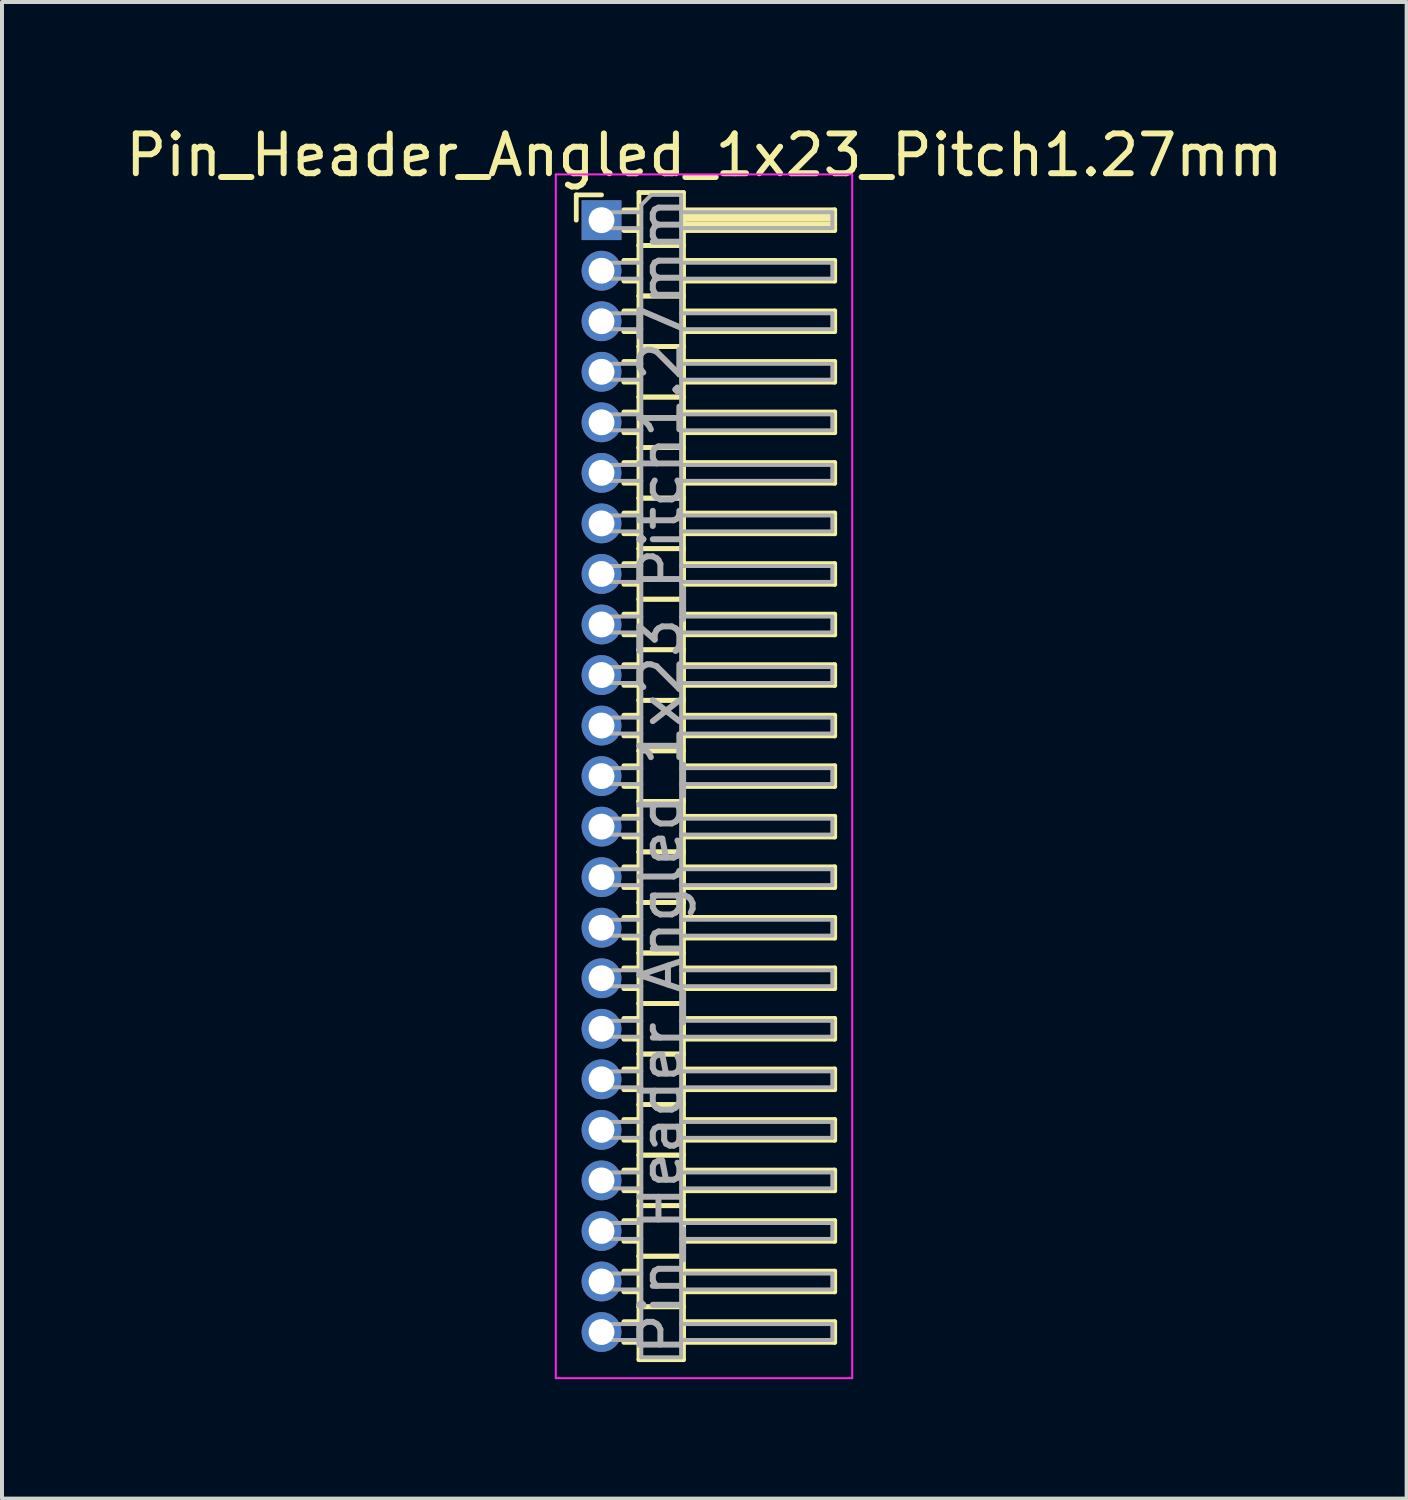
<source format=kicad_pcb>
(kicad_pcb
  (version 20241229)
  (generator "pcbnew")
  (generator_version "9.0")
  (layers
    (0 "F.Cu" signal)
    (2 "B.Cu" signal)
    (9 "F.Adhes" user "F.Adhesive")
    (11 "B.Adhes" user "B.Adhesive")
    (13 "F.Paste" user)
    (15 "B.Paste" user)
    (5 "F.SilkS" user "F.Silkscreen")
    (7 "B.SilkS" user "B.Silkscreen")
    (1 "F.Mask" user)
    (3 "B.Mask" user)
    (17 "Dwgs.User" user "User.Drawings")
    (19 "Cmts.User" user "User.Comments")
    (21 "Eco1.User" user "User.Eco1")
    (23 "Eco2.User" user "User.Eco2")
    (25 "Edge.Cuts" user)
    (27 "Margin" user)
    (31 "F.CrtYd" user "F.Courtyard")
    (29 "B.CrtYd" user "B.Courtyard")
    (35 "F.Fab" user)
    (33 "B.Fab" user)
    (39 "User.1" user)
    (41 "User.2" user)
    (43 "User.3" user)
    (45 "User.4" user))
  (footprint "Pin_Header_Angled_1x23_Pitch1.27mm"
    (layer "F.Cu")
    (at 12.066 2.483)
    (property "Reference" "Pin_Header_Angled_1x23_Pitch1.27mm" (at 2.583 -1.635 0) (layer "F.SilkS") (effects (font (size 1 1) (thickness 0.15))))
    (attr through_hole)
    (fp_line (start -0.635 -0.635) (end 0 -0.635) (stroke (width 0.12) (type solid)) (layer "F.SilkS"))
    (fp_line (start -0.635 0) (end -0.635 -0.635) (stroke (width 0.12) (type solid)) (layer "F.SilkS"))
    (fp_line (start 0.56 -0.26) (end 0.94 -0.26) (stroke (width 0.12) (type solid)) (layer "F.SilkS"))
    (fp_line (start 0.56 0.26) (end 0.94 0.26) (stroke (width 0.12) (type solid)) (layer "F.SilkS"))
    (fp_line (start 0.56 1.01) (end 0.94 1.01) (stroke (width 0.12) (type solid)) (layer "F.SilkS"))
    (fp_line (start 0.56 1.53) (end 0.94 1.53) (stroke (width 0.12) (type solid)) (layer "F.SilkS"))
    (fp_line (start 0.56 2.28) (end 0.94 2.28) (stroke (width 0.12) (type solid)) (layer "F.SilkS"))
    (fp_line (start 0.56 2.8) (end 0.94 2.8) (stroke (width 0.12) (type solid)) (layer "F.SilkS"))
    (fp_line (start 0.56 3.55) (end 0.94 3.55) (stroke (width 0.12) (type solid)) (layer "F.SilkS"))
    (fp_line (start 0.56 4.07) (end 0.94 4.07) (stroke (width 0.12) (type solid)) (layer "F.SilkS"))
    (fp_line (start 0.56 4.82) (end 0.94 4.82) (stroke (width 0.12) (type solid)) (layer "F.SilkS"))
    (fp_line (start 0.56 5.34) (end 0.94 5.34) (stroke (width 0.12) (type solid)) (layer "F.SilkS"))
    (fp_line (start 0.56 6.09) (end 0.94 6.09) (stroke (width 0.12) (type solid)) (layer "F.SilkS"))
    (fp_line (start 0.56 6.61) (end 0.94 6.61) (stroke (width 0.12) (type solid)) (layer "F.SilkS"))
    (fp_line (start 0.56 7.36) (end 0.94 7.36) (stroke (width 0.12) (type solid)) (layer "F.SilkS"))
    (fp_line (start 0.56 7.88) (end 0.94 7.88) (stroke (width 0.12) (type solid)) (layer "F.SilkS"))
    (fp_line (start 0.56 8.63) (end 0.94 8.63) (stroke (width 0.12) (type solid)) (layer "F.SilkS"))
    (fp_line (start 0.56 9.15) (end 0.94 9.15) (stroke (width 0.12) (type solid)) (layer "F.SilkS"))
    (fp_line (start 0.56 9.9) (end 0.94 9.9) (stroke (width 0.12) (type solid)) (layer "F.SilkS"))
    (fp_line (start 0.56 10.42) (end 0.94 10.42) (stroke (width 0.12) (type solid)) (layer "F.SilkS"))
    (fp_line (start 0.56 11.17) (end 0.94 11.17) (stroke (width 0.12) (type solid)) (layer "F.SilkS"))
    (fp_line (start 0.56 11.69) (end 0.94 11.69) (stroke (width 0.12) (type solid)) (layer "F.SilkS"))
    (fp_line (start 0.56 12.44) (end 0.94 12.44) (stroke (width 0.12) (type solid)) (layer "F.SilkS"))
    (fp_line (start 0.56 12.96) (end 0.94 12.96) (stroke (width 0.12) (type solid)) (layer "F.SilkS"))
    (fp_line (start 0.56 13.71) (end 0.94 13.71) (stroke (width 0.12) (type solid)) (layer "F.SilkS"))
    (fp_line (start 0.56 14.23) (end 0.94 14.23) (stroke (width 0.12) (type solid)) (layer "F.SilkS"))
    (fp_line (start 0.56 14.98) (end 0.94 14.98) (stroke (width 0.12) (type solid)) (layer "F.SilkS"))
    (fp_line (start 0.56 15.5) (end 0.94 15.5) (stroke (width 0.12) (type solid)) (layer "F.SilkS"))
    (fp_line (start 0.56 16.25) (end 0.94 16.25) (stroke (width 0.12) (type solid)) (layer "F.SilkS"))
    (fp_line (start 0.56 16.77) (end 0.94 16.77) (stroke (width 0.12) (type solid)) (layer "F.SilkS"))
    (fp_line (start 0.56 17.52) (end 0.94 17.52) (stroke (width 0.12) (type solid)) (layer "F.SilkS"))
    (fp_line (start 0.56 18.04) (end 0.94 18.04) (stroke (width 0.12) (type solid)) (layer "F.SilkS"))
    (fp_line (start 0.56 18.79) (end 0.94 18.79) (stroke (width 0.12) (type solid)) (layer "F.SilkS"))
    (fp_line (start 0.56 19.31) (end 0.94 19.31) (stroke (width 0.12) (type solid)) (layer "F.SilkS"))
    (fp_line (start 0.56 20.06) (end 0.94 20.06) (stroke (width 0.12) (type solid)) (layer "F.SilkS"))
    (fp_line (start 0.56 20.58) (end 0.94 20.58) (stroke (width 0.12) (type solid)) (layer "F.SilkS"))
    (fp_line (start 0.56 21.33) (end 0.94 21.33) (stroke (width 0.12) (type solid)) (layer "F.SilkS"))
    (fp_line (start 0.56 21.85) (end 0.94 21.85) (stroke (width 0.12) (type solid)) (layer "F.SilkS"))
    (fp_line (start 0.56 22.6) (end 0.94 22.6) (stroke (width 0.12) (type solid)) (layer "F.SilkS"))
    (fp_line (start 0.56 23.12) (end 0.94 23.12) (stroke (width 0.12) (type solid)) (layer "F.SilkS"))
    (fp_line (start 0.56 23.87) (end 0.94 23.87) (stroke (width 0.12) (type solid)) (layer "F.SilkS"))
    (fp_line (start 0.56 24.39) (end 0.94 24.39) (stroke (width 0.12) (type solid)) (layer "F.SilkS"))
    (fp_line (start 0.56 25.14) (end 0.94 25.14) (stroke (width 0.12) (type solid)) (layer "F.SilkS"))
    (fp_line (start 0.56 25.66) (end 0.94 25.66) (stroke (width 0.12) (type solid)) (layer "F.SilkS"))
    (fp_line (start 0.56 26.41) (end 0.94 26.41) (stroke (width 0.12) (type solid)) (layer "F.SilkS"))
    (fp_line (start 0.56 26.93) (end 0.94 26.93) (stroke (width 0.12) (type solid)) (layer "F.SilkS"))
    (fp_line (start 0.56 27.68) (end 0.94 27.68) (stroke (width 0.12) (type solid)) (layer "F.SilkS"))
    (fp_line (start 0.56 28.2) (end 0.94 28.2) (stroke (width 0.12) (type solid)) (layer "F.SilkS"))
    (fp_line (start 0.94 -0.695) (end 0.94 0.635) (stroke (width 0.12) (type solid)) (layer "F.SilkS"))
    (fp_line (start 0.94 0.635) (end 0.94 1.905) (stroke (width 0.12) (type solid)) (layer "F.SilkS"))
    (fp_line (start 0.94 0.635) (end 2.06 0.635) (stroke (width 0.12) (type solid)) (layer "F.SilkS"))
    (fp_line (start 0.94 1.905) (end 0.94 3.175) (stroke (width 0.12) (type solid)) (layer "F.SilkS"))
    (fp_line (start 0.94 1.905) (end 2.06 1.905) (stroke (width 0.12) (type solid)) (layer "F.SilkS"))
    (fp_line (start 0.94 3.175) (end 0.94 4.445) (stroke (width 0.12) (type solid)) (layer "F.SilkS"))
    (fp_line (start 0.94 3.175) (end 2.06 3.175) (stroke (width 0.12) (type solid)) (layer "F.SilkS"))
    (fp_line (start 0.94 4.445) (end 0.94 5.715) (stroke (width 0.12) (type solid)) (layer "F.SilkS"))
    (fp_line (start 0.94 4.445) (end 2.06 4.445) (stroke (width 0.12) (type solid)) (layer "F.SilkS"))
    (fp_line (start 0.94 5.715) (end 0.94 6.985) (stroke (width 0.12) (type solid)) (layer "F.SilkS"))
    (fp_line (start 0.94 5.715) (end 2.06 5.715) (stroke (width 0.12) (type solid)) (layer "F.SilkS"))
    (fp_line (start 0.94 6.985) (end 0.94 8.255) (stroke (width 0.12) (type solid)) (layer "F.SilkS"))
    (fp_line (start 0.94 6.985) (end 2.06 6.985) (stroke (width 0.12) (type solid)) (layer "F.SilkS"))
    (fp_line (start 0.94 8.255) (end 0.94 9.525) (stroke (width 0.12) (type solid)) (layer "F.SilkS"))
    (fp_line (start 0.94 8.255) (end 2.06 8.255) (stroke (width 0.12) (type solid)) (layer "F.SilkS"))
    (fp_line (start 0.94 9.525) (end 0.94 10.795) (stroke (width 0.12) (type solid)) (layer "F.SilkS"))
    (fp_line (start 0.94 9.525) (end 2.06 9.525) (stroke (width 0.12) (type solid)) (layer "F.SilkS"))
    (fp_line (start 0.94 10.795) (end 0.94 12.065) (stroke (width 0.12) (type solid)) (layer "F.SilkS"))
    (fp_line (start 0.94 10.795) (end 2.06 10.795) (stroke (width 0.12) (type solid)) (layer "F.SilkS"))
    (fp_line (start 0.94 12.065) (end 0.94 13.335) (stroke (width 0.12) (type solid)) (layer "F.SilkS"))
    (fp_line (start 0.94 12.065) (end 2.06 12.065) (stroke (width 0.12) (type solid)) (layer "F.SilkS"))
    (fp_line (start 0.94 13.335) (end 0.94 14.605) (stroke (width 0.12) (type solid)) (layer "F.SilkS"))
    (fp_line (start 0.94 13.335) (end 2.06 13.335) (stroke (width 0.12) (type solid)) (layer "F.SilkS"))
    (fp_line (start 0.94 14.605) (end 0.94 15.875) (stroke (width 0.12) (type solid)) (layer "F.SilkS"))
    (fp_line (start 0.94 14.605) (end 2.06 14.605) (stroke (width 0.12) (type solid)) (layer "F.SilkS"))
    (fp_line (start 0.94 15.875) (end 0.94 17.145) (stroke (width 0.12) (type solid)) (layer "F.SilkS"))
    (fp_line (start 0.94 15.875) (end 2.06 15.875) (stroke (width 0.12) (type solid)) (layer "F.SilkS"))
    (fp_line (start 0.94 17.145) (end 0.94 18.415) (stroke (width 0.12) (type solid)) (layer "F.SilkS"))
    (fp_line (start 0.94 17.145) (end 2.06 17.145) (stroke (width 0.12) (type solid)) (layer "F.SilkS"))
    (fp_line (start 0.94 18.415) (end 0.94 19.685) (stroke (width 0.12) (type solid)) (layer "F.SilkS"))
    (fp_line (start 0.94 18.415) (end 2.06 18.415) (stroke (width 0.12) (type solid)) (layer "F.SilkS"))
    (fp_line (start 0.94 19.685) (end 0.94 20.955) (stroke (width 0.12) (type solid)) (layer "F.SilkS"))
    (fp_line (start 0.94 19.685) (end 2.06 19.685) (stroke (width 0.12) (type solid)) (layer "F.SilkS"))
    (fp_line (start 0.94 20.955) (end 0.94 22.225) (stroke (width 0.12) (type solid)) (layer "F.SilkS"))
    (fp_line (start 0.94 20.955) (end 2.06 20.955) (stroke (width 0.12) (type solid)) (layer "F.SilkS"))
    (fp_line (start 0.94 22.225) (end 0.94 23.495) (stroke (width 0.12) (type solid)) (layer "F.SilkS"))
    (fp_line (start 0.94 22.225) (end 2.06 22.225) (stroke (width 0.12) (type solid)) (layer "F.SilkS"))
    (fp_line (start 0.94 23.495) (end 0.94 24.765) (stroke (width 0.12) (type solid)) (layer "F.SilkS"))
    (fp_line (start 0.94 23.495) (end 2.06 23.495) (stroke (width 0.12) (type solid)) (layer "F.SilkS"))
    (fp_line (start 0.94 24.765) (end 0.94 26.035) (stroke (width 0.12) (type solid)) (layer "F.SilkS"))
    (fp_line (start 0.94 24.765) (end 2.06 24.765) (stroke (width 0.12) (type solid)) (layer "F.SilkS"))
    (fp_line (start 0.94 26.035) (end 0.94 27.305) (stroke (width 0.12) (type solid)) (layer "F.SilkS"))
    (fp_line (start 0.94 26.035) (end 2.06 26.035) (stroke (width 0.12) (type solid)) (layer "F.SilkS"))
    (fp_line (start 0.94 27.305) (end 0.94 28.635) (stroke (width 0.12) (type solid)) (layer "F.SilkS"))
    (fp_line (start 0.94 27.305) (end 2.06 27.305) (stroke (width 0.12) (type solid)) (layer "F.SilkS"))
    (fp_line (start 0.94 28.635) (end 2.06 28.635) (stroke (width 0.12) (type solid)) (layer "F.SilkS"))
    (fp_line (start 2.06 -0.695) (end 0.94 -0.695) (stroke (width 0.12) (type solid)) (layer "F.SilkS"))
    (fp_line (start 2.06 -0.26) (end 2.06 0.26) (stroke (width 0.12) (type solid)) (layer "F.SilkS"))
    (fp_line (start 2.06 -0.14) (end 5.86 -0.14) (stroke (width 0.12) (type solid)) (layer "F.SilkS"))
    (fp_line (start 2.06 -0.02) (end 5.86 -0.02) (stroke (width 0.12) (type solid)) (layer "F.SilkS"))
    (fp_line (start 2.06 0.1) (end 5.86 0.1) (stroke (width 0.12) (type solid)) (layer "F.SilkS"))
    (fp_line (start 2.06 0.22) (end 5.86 0.22) (stroke (width 0.12) (type solid)) (layer "F.SilkS"))
    (fp_line (start 2.06 0.26) (end 5.86 0.26) (stroke (width 0.12) (type solid)) (layer "F.SilkS"))
    (fp_line (start 2.06 0.635) (end 0.94 0.635) (stroke (width 0.12) (type solid)) (layer "F.SilkS"))
    (fp_line (start 2.06 0.635) (end 2.06 -0.695) (stroke (width 0.12) (type solid)) (layer "F.SilkS"))
    (fp_line (start 2.06 1.01) (end 2.06 1.53) (stroke (width 0.12) (type solid)) (layer "F.SilkS"))
    (fp_line (start 2.06 1.53) (end 5.86 1.53) (stroke (width 0.12) (type solid)) (layer "F.SilkS"))
    (fp_line (start 2.06 1.905) (end 0.94 1.905) (stroke (width 0.12) (type solid)) (layer "F.SilkS"))
    (fp_line (start 2.06 1.905) (end 2.06 0.635) (stroke (width 0.12) (type solid)) (layer "F.SilkS"))
    (fp_line (start 2.06 2.28) (end 2.06 2.8) (stroke (width 0.12) (type solid)) (layer "F.SilkS"))
    (fp_line (start 2.06 2.8) (end 5.86 2.8) (stroke (width 0.12) (type solid)) (layer "F.SilkS"))
    (fp_line (start 2.06 3.175) (end 0.94 3.175) (stroke (width 0.12) (type solid)) (layer "F.SilkS"))
    (fp_line (start 2.06 3.175) (end 2.06 1.905) (stroke (width 0.12) (type solid)) (layer "F.SilkS"))
    (fp_line (start 2.06 3.55) (end 2.06 4.07) (stroke (width 0.12) (type solid)) (layer "F.SilkS"))
    (fp_line (start 2.06 4.07) (end 5.86 4.07) (stroke (width 0.12) (type solid)) (layer "F.SilkS"))
    (fp_line (start 2.06 4.445) (end 0.94 4.445) (stroke (width 0.12) (type solid)) (layer "F.SilkS"))
    (fp_line (start 2.06 4.445) (end 2.06 3.175) (stroke (width 0.12) (type solid)) (layer "F.SilkS"))
    (fp_line (start 2.06 4.82) (end 2.06 5.34) (stroke (width 0.12) (type solid)) (layer "F.SilkS"))
    (fp_line (start 2.06 5.34) (end 5.86 5.34) (stroke (width 0.12) (type solid)) (layer "F.SilkS"))
    (fp_line (start 2.06 5.715) (end 0.94 5.715) (stroke (width 0.12) (type solid)) (layer "F.SilkS"))
    (fp_line (start 2.06 5.715) (end 2.06 4.445) (stroke (width 0.12) (type solid)) (layer "F.SilkS"))
    (fp_line (start 2.06 6.09) (end 2.06 6.61) (stroke (width 0.12) (type solid)) (layer "F.SilkS"))
    (fp_line (start 2.06 6.61) (end 5.86 6.61) (stroke (width 0.12) (type solid)) (layer "F.SilkS"))
    (fp_line (start 2.06 6.985) (end 0.94 6.985) (stroke (width 0.12) (type solid)) (layer "F.SilkS"))
    (fp_line (start 2.06 6.985) (end 2.06 5.715) (stroke (width 0.12) (type solid)) (layer "F.SilkS"))
    (fp_line (start 2.06 7.36) (end 2.06 7.88) (stroke (width 0.12) (type solid)) (layer "F.SilkS"))
    (fp_line (start 2.06 7.88) (end 5.86 7.88) (stroke (width 0.12) (type solid)) (layer "F.SilkS"))
    (fp_line (start 2.06 8.255) (end 0.94 8.255) (stroke (width 0.12) (type solid)) (layer "F.SilkS"))
    (fp_line (start 2.06 8.255) (end 2.06 6.985) (stroke (width 0.12) (type solid)) (layer "F.SilkS"))
    (fp_line (start 2.06 8.63) (end 2.06 9.15) (stroke (width 0.12) (type solid)) (layer "F.SilkS"))
    (fp_line (start 2.06 9.15) (end 5.86 9.15) (stroke (width 0.12) (type solid)) (layer "F.SilkS"))
    (fp_line (start 2.06 9.525) (end 0.94 9.525) (stroke (width 0.12) (type solid)) (layer "F.SilkS"))
    (fp_line (start 2.06 9.525) (end 2.06 8.255) (stroke (width 0.12) (type solid)) (layer "F.SilkS"))
    (fp_line (start 2.06 9.9) (end 2.06 10.42) (stroke (width 0.12) (type solid)) (layer "F.SilkS"))
    (fp_line (start 2.06 10.42) (end 5.86 10.42) (stroke (width 0.12) (type solid)) (layer "F.SilkS"))
    (fp_line (start 2.06 10.795) (end 0.94 10.795) (stroke (width 0.12) (type solid)) (layer "F.SilkS"))
    (fp_line (start 2.06 10.795) (end 2.06 9.525) (stroke (width 0.12) (type solid)) (layer "F.SilkS"))
    (fp_line (start 2.06 11.17) (end 2.06 11.69) (stroke (width 0.12) (type solid)) (layer "F.SilkS"))
    (fp_line (start 2.06 11.69) (end 5.86 11.69) (stroke (width 0.12) (type solid)) (layer "F.SilkS"))
    (fp_line (start 2.06 12.065) (end 0.94 12.065) (stroke (width 0.12) (type solid)) (layer "F.SilkS"))
    (fp_line (start 2.06 12.065) (end 2.06 10.795) (stroke (width 0.12) (type solid)) (layer "F.SilkS"))
    (fp_line (start 2.06 12.44) (end 2.06 12.96) (stroke (width 0.12) (type solid)) (layer "F.SilkS"))
    (fp_line (start 2.06 12.96) (end 5.86 12.96) (stroke (width 0.12) (type solid)) (layer "F.SilkS"))
    (fp_line (start 2.06 13.335) (end 0.94 13.335) (stroke (width 0.12) (type solid)) (layer "F.SilkS"))
    (fp_line (start 2.06 13.335) (end 2.06 12.065) (stroke (width 0.12) (type solid)) (layer "F.SilkS"))
    (fp_line (start 2.06 13.71) (end 2.06 14.23) (stroke (width 0.12) (type solid)) (layer "F.SilkS"))
    (fp_line (start 2.06 14.23) (end 5.86 14.23) (stroke (width 0.12) (type solid)) (layer "F.SilkS"))
    (fp_line (start 2.06 14.605) (end 0.94 14.605) (stroke (width 0.12) (type solid)) (layer "F.SilkS"))
    (fp_line (start 2.06 14.605) (end 2.06 13.335) (stroke (width 0.12) (type solid)) (layer "F.SilkS"))
    (fp_line (start 2.06 14.98) (end 2.06 15.5) (stroke (width 0.12) (type solid)) (layer "F.SilkS"))
    (fp_line (start 2.06 15.5) (end 5.86 15.5) (stroke (width 0.12) (type solid)) (layer "F.SilkS"))
    (fp_line (start 2.06 15.875) (end 0.94 15.875) (stroke (width 0.12) (type solid)) (layer "F.SilkS"))
    (fp_line (start 2.06 15.875) (end 2.06 14.605) (stroke (width 0.12) (type solid)) (layer "F.SilkS"))
    (fp_line (start 2.06 16.25) (end 2.06 16.77) (stroke (width 0.12) (type solid)) (layer "F.SilkS"))
    (fp_line (start 2.06 16.77) (end 5.86 16.77) (stroke (width 0.12) (type solid)) (layer "F.SilkS"))
    (fp_line (start 2.06 17.145) (end 0.94 17.145) (stroke (width 0.12) (type solid)) (layer "F.SilkS"))
    (fp_line (start 2.06 17.145) (end 2.06 15.875) (stroke (width 0.12) (type solid)) (layer "F.SilkS"))
    (fp_line (start 2.06 17.52) (end 2.06 18.04) (stroke (width 0.12) (type solid)) (layer "F.SilkS"))
    (fp_line (start 2.06 18.04) (end 5.86 18.04) (stroke (width 0.12) (type solid)) (layer "F.SilkS"))
    (fp_line (start 2.06 18.415) (end 0.94 18.415) (stroke (width 0.12) (type solid)) (layer "F.SilkS"))
    (fp_line (start 2.06 18.415) (end 2.06 17.145) (stroke (width 0.12) (type solid)) (layer "F.SilkS"))
    (fp_line (start 2.06 18.79) (end 2.06 19.31) (stroke (width 0.12) (type solid)) (layer "F.SilkS"))
    (fp_line (start 2.06 19.31) (end 5.86 19.31) (stroke (width 0.12) (type solid)) (layer "F.SilkS"))
    (fp_line (start 2.06 19.685) (end 0.94 19.685) (stroke (width 0.12) (type solid)) (layer "F.SilkS"))
    (fp_line (start 2.06 19.685) (end 2.06 18.415) (stroke (width 0.12) (type solid)) (layer "F.SilkS"))
    (fp_line (start 2.06 20.06) (end 2.06 20.58) (stroke (width 0.12) (type solid)) (layer "F.SilkS"))
    (fp_line (start 2.06 20.58) (end 5.86 20.58) (stroke (width 0.12) (type solid)) (layer "F.SilkS"))
    (fp_line (start 2.06 20.955) (end 0.94 20.955) (stroke (width 0.12) (type solid)) (layer "F.SilkS"))
    (fp_line (start 2.06 20.955) (end 2.06 19.685) (stroke (width 0.12) (type solid)) (layer "F.SilkS"))
    (fp_line (start 2.06 21.33) (end 2.06 21.85) (stroke (width 0.12) (type solid)) (layer "F.SilkS"))
    (fp_line (start 2.06 21.85) (end 5.86 21.85) (stroke (width 0.12) (type solid)) (layer "F.SilkS"))
    (fp_line (start 2.06 22.225) (end 0.94 22.225) (stroke (width 0.12) (type solid)) (layer "F.SilkS"))
    (fp_line (start 2.06 22.225) (end 2.06 20.955) (stroke (width 0.12) (type solid)) (layer "F.SilkS"))
    (fp_line (start 2.06 22.6) (end 2.06 23.12) (stroke (width 0.12) (type solid)) (layer "F.SilkS"))
    (fp_line (start 2.06 23.12) (end 5.86 23.12) (stroke (width 0.12) (type solid)) (layer "F.SilkS"))
    (fp_line (start 2.06 23.495) (end 0.94 23.495) (stroke (width 0.12) (type solid)) (layer "F.SilkS"))
    (fp_line (start 2.06 23.495) (end 2.06 22.225) (stroke (width 0.12) (type solid)) (layer "F.SilkS"))
    (fp_line (start 2.06 23.87) (end 2.06 24.39) (stroke (width 0.12) (type solid)) (layer "F.SilkS"))
    (fp_line (start 2.06 24.39) (end 5.86 24.39) (stroke (width 0.12) (type solid)) (layer "F.SilkS"))
    (fp_line (start 2.06 24.765) (end 0.94 24.765) (stroke (width 0.12) (type solid)) (layer "F.SilkS"))
    (fp_line (start 2.06 24.765) (end 2.06 23.495) (stroke (width 0.12) (type solid)) (layer "F.SilkS"))
    (fp_line (start 2.06 25.14) (end 2.06 25.66) (stroke (width 0.12) (type solid)) (layer "F.SilkS"))
    (fp_line (start 2.06 25.66) (end 5.86 25.66) (stroke (width 0.12) (type solid)) (layer "F.SilkS"))
    (fp_line (start 2.06 26.035) (end 0.94 26.035) (stroke (width 0.12) (type solid)) (layer "F.SilkS"))
    (fp_line (start 2.06 26.035) (end 2.06 24.765) (stroke (width 0.12) (type solid)) (layer "F.SilkS"))
    (fp_line (start 2.06 26.41) (end 2.06 26.93) (stroke (width 0.12) (type solid)) (layer "F.SilkS"))
    (fp_line (start 2.06 26.93) (end 5.86 26.93) (stroke (width 0.12) (type solid)) (layer "F.SilkS"))
    (fp_line (start 2.06 27.305) (end 0.94 27.305) (stroke (width 0.12) (type solid)) (layer "F.SilkS"))
    (fp_line (start 2.06 27.305) (end 2.06 26.035) (stroke (width 0.12) (type solid)) (layer "F.SilkS"))
    (fp_line (start 2.06 27.68) (end 2.06 28.2) (stroke (width 0.12) (type solid)) (layer "F.SilkS"))
    (fp_line (start 2.06 28.2) (end 5.86 28.2) (stroke (width 0.12) (type solid)) (layer "F.SilkS"))
    (fp_line (start 2.06 28.635) (end 2.06 27.305) (stroke (width 0.12) (type solid)) (layer "F.SilkS"))
    (fp_line (start 5.86 -0.26) (end 2.06 -0.26) (stroke (width 0.12) (type solid)) (layer "F.SilkS"))
    (fp_line (start 5.86 0.26) (end 5.86 -0.26) (stroke (width 0.12) (type solid)) (layer "F.SilkS"))
    (fp_line (start 5.86 1.01) (end 2.06 1.01) (stroke (width 0.12) (type solid)) (layer "F.SilkS"))
    (fp_line (start 5.86 1.53) (end 5.86 1.01) (stroke (width 0.12) (type solid)) (layer "F.SilkS"))
    (fp_line (start 5.86 2.28) (end 2.06 2.28) (stroke (width 0.12) (type solid)) (layer "F.SilkS"))
    (fp_line (start 5.86 2.8) (end 5.86 2.28) (stroke (width 0.12) (type solid)) (layer "F.SilkS"))
    (fp_line (start 5.86 3.55) (end 2.06 3.55) (stroke (width 0.12) (type solid)) (layer "F.SilkS"))
    (fp_line (start 5.86 4.07) (end 5.86 3.55) (stroke (width 0.12) (type solid)) (layer "F.SilkS"))
    (fp_line (start 5.86 4.82) (end 2.06 4.82) (stroke (width 0.12) (type solid)) (layer "F.SilkS"))
    (fp_line (start 5.86 5.34) (end 5.86 4.82) (stroke (width 0.12) (type solid)) (layer "F.SilkS"))
    (fp_line (start 5.86 6.09) (end 2.06 6.09) (stroke (width 0.12) (type solid)) (layer "F.SilkS"))
    (fp_line (start 5.86 6.61) (end 5.86 6.09) (stroke (width 0.12) (type solid)) (layer "F.SilkS"))
    (fp_line (start 5.86 7.36) (end 2.06 7.36) (stroke (width 0.12) (type solid)) (layer "F.SilkS"))
    (fp_line (start 5.86 7.88) (end 5.86 7.36) (stroke (width 0.12) (type solid)) (layer "F.SilkS"))
    (fp_line (start 5.86 8.63) (end 2.06 8.63) (stroke (width 0.12) (type solid)) (layer "F.SilkS"))
    (fp_line (start 5.86 9.15) (end 5.86 8.63) (stroke (width 0.12) (type solid)) (layer "F.SilkS"))
    (fp_line (start 5.86 9.9) (end 2.06 9.9) (stroke (width 0.12) (type solid)) (layer "F.SilkS"))
    (fp_line (start 5.86 10.42) (end 5.86 9.9) (stroke (width 0.12) (type solid)) (layer "F.SilkS"))
    (fp_line (start 5.86 11.17) (end 2.06 11.17) (stroke (width 0.12) (type solid)) (layer "F.SilkS"))
    (fp_line (start 5.86 11.69) (end 5.86 11.17) (stroke (width 0.12) (type solid)) (layer "F.SilkS"))
    (fp_line (start 5.86 12.44) (end 2.06 12.44) (stroke (width 0.12) (type solid)) (layer "F.SilkS"))
    (fp_line (start 5.86 12.96) (end 5.86 12.44) (stroke (width 0.12) (type solid)) (layer "F.SilkS"))
    (fp_line (start 5.86 13.71) (end 2.06 13.71) (stroke (width 0.12) (type solid)) (layer "F.SilkS"))
    (fp_line (start 5.86 14.23) (end 5.86 13.71) (stroke (width 0.12) (type solid)) (layer "F.SilkS"))
    (fp_line (start 5.86 14.98) (end 2.06 14.98) (stroke (width 0.12) (type solid)) (layer "F.SilkS"))
    (fp_line (start 5.86 15.5) (end 5.86 14.98) (stroke (width 0.12) (type solid)) (layer "F.SilkS"))
    (fp_line (start 5.86 16.25) (end 2.06 16.25) (stroke (width 0.12) (type solid)) (layer "F.SilkS"))
    (fp_line (start 5.86 16.77) (end 5.86 16.25) (stroke (width 0.12) (type solid)) (layer "F.SilkS"))
    (fp_line (start 5.86 17.52) (end 2.06 17.52) (stroke (width 0.12) (type solid)) (layer "F.SilkS"))
    (fp_line (start 5.86 18.04) (end 5.86 17.52) (stroke (width 0.12) (type solid)) (layer "F.SilkS"))
    (fp_line (start 5.86 18.79) (end 2.06 18.79) (stroke (width 0.12) (type solid)) (layer "F.SilkS"))
    (fp_line (start 5.86 19.31) (end 5.86 18.79) (stroke (width 0.12) (type solid)) (layer "F.SilkS"))
    (fp_line (start 5.86 20.06) (end 2.06 20.06) (stroke (width 0.12) (type solid)) (layer "F.SilkS"))
    (fp_line (start 5.86 20.58) (end 5.86 20.06) (stroke (width 0.12) (type solid)) (layer "F.SilkS"))
    (fp_line (start 5.86 21.33) (end 2.06 21.33) (stroke (width 0.12) (type solid)) (layer "F.SilkS"))
    (fp_line (start 5.86 21.85) (end 5.86 21.33) (stroke (width 0.12) (type solid)) (layer "F.SilkS"))
    (fp_line (start 5.86 22.6) (end 2.06 22.6) (stroke (width 0.12) (type solid)) (layer "F.SilkS"))
    (fp_line (start 5.86 23.12) (end 5.86 22.6) (stroke (width 0.12) (type solid)) (layer "F.SilkS"))
    (fp_line (start 5.86 23.87) (end 2.06 23.87) (stroke (width 0.12) (type solid)) (layer "F.SilkS"))
    (fp_line (start 5.86 24.39) (end 5.86 23.87) (stroke (width 0.12) (type solid)) (layer "F.SilkS"))
    (fp_line (start 5.86 25.14) (end 2.06 25.14) (stroke (width 0.12) (type solid)) (layer "F.SilkS"))
    (fp_line (start 5.86 25.66) (end 5.86 25.14) (stroke (width 0.12) (type solid)) (layer "F.SilkS"))
    (fp_line (start 5.86 26.41) (end 2.06 26.41) (stroke (width 0.12) (type solid)) (layer "F.SilkS"))
    (fp_line (start 5.86 26.93) (end 5.86 26.41) (stroke (width 0.12) (type solid)) (layer "F.SilkS"))
    (fp_line (start 5.86 27.68) (end 2.06 27.68) (stroke (width 0.12) (type solid)) (layer "F.SilkS"))
    (fp_line (start 5.86 28.2) (end 5.86 27.68) (stroke (width 0.12) (type solid)) (layer "F.SilkS"))
    (fp_line (start -1.15 -1.15) (end -1.15 29.1) (stroke (width 0.05) (type solid)) (layer "F.CrtYd"))
    (fp_line (start -1.15 29.1) (end 6.3 29.1) (stroke (width 0.05) (type solid)) (layer "F.CrtYd"))
    (fp_line (start 6.3 -1.15) (end -1.15 -1.15) (stroke (width 0.05) (type solid)) (layer "F.CrtYd"))
    (fp_line (start 6.3 29.1) (end 6.3 -1.15) (stroke (width 0.05) (type solid)) (layer "F.CrtYd"))
    (fp_line (start -0.2 -0.2) (end -0.2 0.2) (stroke (width 0.1) (type solid)) (layer "F.Fab"))
    (fp_line (start -0.2 -0.2) (end 1 -0.2) (stroke (width 0.1) (type solid)) (layer "F.Fab"))
    (fp_line (start -0.2 0.2) (end 1 0.2) (stroke (width 0.1) (type solid)) (layer "F.Fab"))
    (fp_line (start -0.2 1.07) (end -0.2 1.47) (stroke (width 0.1) (type solid)) (layer "F.Fab"))
    (fp_line (start -0.2 1.07) (end 1 1.07) (stroke (width 0.1) (type solid)) (layer "F.Fab"))
    (fp_line (start -0.2 1.47) (end 1 1.47) (stroke (width 0.1) (type solid)) (layer "F.Fab"))
    (fp_line (start -0.2 2.34) (end -0.2 2.74) (stroke (width 0.1) (type solid)) (layer "F.Fab"))
    (fp_line (start -0.2 2.34) (end 1 2.34) (stroke (width 0.1) (type solid)) (layer "F.Fab"))
    (fp_line (start -0.2 2.74) (end 1 2.74) (stroke (width 0.1) (type solid)) (layer "F.Fab"))
    (fp_line (start -0.2 3.61) (end -0.2 4.01) (stroke (width 0.1) (type solid)) (layer "F.Fab"))
    (fp_line (start -0.2 3.61) (end 1 3.61) (stroke (width 0.1) (type solid)) (layer "F.Fab"))
    (fp_line (start -0.2 4.01) (end 1 4.01) (stroke (width 0.1) (type solid)) (layer "F.Fab"))
    (fp_line (start -0.2 4.88) (end -0.2 5.28) (stroke (width 0.1) (type solid)) (layer "F.Fab"))
    (fp_line (start -0.2 4.88) (end 1 4.88) (stroke (width 0.1) (type solid)) (layer "F.Fab"))
    (fp_line (start -0.2 5.28) (end 1 5.28) (stroke (width 0.1) (type solid)) (layer "F.Fab"))
    (fp_line (start -0.2 6.15) (end -0.2 6.55) (stroke (width 0.1) (type solid)) (layer "F.Fab"))
    (fp_line (start -0.2 6.15) (end 1 6.15) (stroke (width 0.1) (type solid)) (layer "F.Fab"))
    (fp_line (start -0.2 6.55) (end 1 6.55) (stroke (width 0.1) (type solid)) (layer "F.Fab"))
    (fp_line (start -0.2 7.42) (end -0.2 7.82) (stroke (width 0.1) (type solid)) (layer "F.Fab"))
    (fp_line (start -0.2 7.42) (end 1 7.42) (stroke (width 0.1) (type solid)) (layer "F.Fab"))
    (fp_line (start -0.2 7.82) (end 1 7.82) (stroke (width 0.1) (type solid)) (layer "F.Fab"))
    (fp_line (start -0.2 8.69) (end -0.2 9.09) (stroke (width 0.1) (type solid)) (layer "F.Fab"))
    (fp_line (start -0.2 8.69) (end 1 8.69) (stroke (width 0.1) (type solid)) (layer "F.Fab"))
    (fp_line (start -0.2 9.09) (end 1 9.09) (stroke (width 0.1) (type solid)) (layer "F.Fab"))
    (fp_line (start -0.2 9.96) (end -0.2 10.36) (stroke (width 0.1) (type solid)) (layer "F.Fab"))
    (fp_line (start -0.2 9.96) (end 1 9.96) (stroke (width 0.1) (type solid)) (layer "F.Fab"))
    (fp_line (start -0.2 10.36) (end 1 10.36) (stroke (width 0.1) (type solid)) (layer "F.Fab"))
    (fp_line (start -0.2 11.23) (end -0.2 11.63) (stroke (width 0.1) (type solid)) (layer "F.Fab"))
    (fp_line (start -0.2 11.23) (end 1 11.23) (stroke (width 0.1) (type solid)) (layer "F.Fab"))
    (fp_line (start -0.2 11.63) (end 1 11.63) (stroke (width 0.1) (type solid)) (layer "F.Fab"))
    (fp_line (start -0.2 12.5) (end -0.2 12.9) (stroke (width 0.1) (type solid)) (layer "F.Fab"))
    (fp_line (start -0.2 12.5) (end 1 12.5) (stroke (width 0.1) (type solid)) (layer "F.Fab"))
    (fp_line (start -0.2 12.9) (end 1 12.9) (stroke (width 0.1) (type solid)) (layer "F.Fab"))
    (fp_line (start -0.2 13.77) (end -0.2 14.17) (stroke (width 0.1) (type solid)) (layer "F.Fab"))
    (fp_line (start -0.2 13.77) (end 1 13.77) (stroke (width 0.1) (type solid)) (layer "F.Fab"))
    (fp_line (start -0.2 14.17) (end 1 14.17) (stroke (width 0.1) (type solid)) (layer "F.Fab"))
    (fp_line (start -0.2 15.04) (end -0.2 15.44) (stroke (width 0.1) (type solid)) (layer "F.Fab"))
    (fp_line (start -0.2 15.04) (end 1 15.04) (stroke (width 0.1) (type solid)) (layer "F.Fab"))
    (fp_line (start -0.2 15.44) (end 1 15.44) (stroke (width 0.1) (type solid)) (layer "F.Fab"))
    (fp_line (start -0.2 16.31) (end -0.2 16.71) (stroke (width 0.1) (type solid)) (layer "F.Fab"))
    (fp_line (start -0.2 16.31) (end 1 16.31) (stroke (width 0.1) (type solid)) (layer "F.Fab"))
    (fp_line (start -0.2 16.71) (end 1 16.71) (stroke (width 0.1) (type solid)) (layer "F.Fab"))
    (fp_line (start -0.2 17.58) (end -0.2 17.98) (stroke (width 0.1) (type solid)) (layer "F.Fab"))
    (fp_line (start -0.2 17.58) (end 1 17.58) (stroke (width 0.1) (type solid)) (layer "F.Fab"))
    (fp_line (start -0.2 17.98) (end 1 17.98) (stroke (width 0.1) (type solid)) (layer "F.Fab"))
    (fp_line (start -0.2 18.85) (end -0.2 19.25) (stroke (width 0.1) (type solid)) (layer "F.Fab"))
    (fp_line (start -0.2 18.85) (end 1 18.85) (stroke (width 0.1) (type solid)) (layer "F.Fab"))
    (fp_line (start -0.2 19.25) (end 1 19.25) (stroke (width 0.1) (type solid)) (layer "F.Fab"))
    (fp_line (start -0.2 20.12) (end -0.2 20.52) (stroke (width 0.1) (type solid)) (layer "F.Fab"))
    (fp_line (start -0.2 20.12) (end 1 20.12) (stroke (width 0.1) (type solid)) (layer "F.Fab"))
    (fp_line (start -0.2 20.52) (end 1 20.52) (stroke (width 0.1) (type solid)) (layer "F.Fab"))
    (fp_line (start -0.2 21.39) (end -0.2 21.79) (stroke (width 0.1) (type solid)) (layer "F.Fab"))
    (fp_line (start -0.2 21.39) (end 1 21.39) (stroke (width 0.1) (type solid)) (layer "F.Fab"))
    (fp_line (start -0.2 21.79) (end 1 21.79) (stroke (width 0.1) (type solid)) (layer "F.Fab"))
    (fp_line (start -0.2 22.66) (end -0.2 23.06) (stroke (width 0.1) (type solid)) (layer "F.Fab"))
    (fp_line (start -0.2 22.66) (end 1 22.66) (stroke (width 0.1) (type solid)) (layer "F.Fab"))
    (fp_line (start -0.2 23.06) (end 1 23.06) (stroke (width 0.1) (type solid)) (layer "F.Fab"))
    (fp_line (start -0.2 23.93) (end -0.2 24.33) (stroke (width 0.1) (type solid)) (layer "F.Fab"))
    (fp_line (start -0.2 23.93) (end 1 23.93) (stroke (width 0.1) (type solid)) (layer "F.Fab"))
    (fp_line (start -0.2 24.33) (end 1 24.33) (stroke (width 0.1) (type solid)) (layer "F.Fab"))
    (fp_line (start -0.2 25.2) (end -0.2 25.6) (stroke (width 0.1) (type solid)) (layer "F.Fab"))
    (fp_line (start -0.2 25.2) (end 1 25.2) (stroke (width 0.1) (type solid)) (layer "F.Fab"))
    (fp_line (start -0.2 25.6) (end 1 25.6) (stroke (width 0.1) (type solid)) (layer "F.Fab"))
    (fp_line (start -0.2 26.47) (end -0.2 26.87) (stroke (width 0.1) (type solid)) (layer "F.Fab"))
    (fp_line (start -0.2 26.47) (end 1 26.47) (stroke (width 0.1) (type solid)) (layer "F.Fab"))
    (fp_line (start -0.2 26.87) (end 1 26.87) (stroke (width 0.1) (type solid)) (layer "F.Fab"))
    (fp_line (start -0.2 27.74) (end -0.2 28.14) (stroke (width 0.1) (type solid)) (layer "F.Fab"))
    (fp_line (start -0.2 27.74) (end 1 27.74) (stroke (width 0.1) (type solid)) (layer "F.Fab"))
    (fp_line (start -0.2 28.14) (end 1 28.14) (stroke (width 0.1) (type solid)) (layer "F.Fab"))
    (fp_line (start 1 -0.385) (end 1.25 -0.635) (stroke (width 0.1) (type solid)) (layer "F.Fab"))
    (fp_line (start 1 28.575) (end 1 -0.385) (stroke (width 0.1) (type solid)) (layer "F.Fab"))
    (fp_line (start 1.25 -0.635) (end 2 -0.635) (stroke (width 0.1) (type solid)) (layer "F.Fab"))
    (fp_line (start 2 -0.635) (end 2 28.575) (stroke (width 0.1) (type solid)) (layer "F.Fab"))
    (fp_line (start 2 -0.2) (end 5.8 -0.2) (stroke (width 0.1) (type solid)) (layer "F.Fab"))
    (fp_line (start 2 0.2) (end 5.8 0.2) (stroke (width 0.1) (type solid)) (layer "F.Fab"))
    (fp_line (start 2 1.07) (end 5.8 1.07) (stroke (width 0.1) (type solid)) (layer "F.Fab"))
    (fp_line (start 2 1.47) (end 5.8 1.47) (stroke (width 0.1) (type solid)) (layer "F.Fab"))
    (fp_line (start 2 2.34) (end 5.8 2.34) (stroke (width 0.1) (type solid)) (layer "F.Fab"))
    (fp_line (start 2 2.74) (end 5.8 2.74) (stroke (width 0.1) (type solid)) (layer "F.Fab"))
    (fp_line (start 2 3.61) (end 5.8 3.61) (stroke (width 0.1) (type solid)) (layer "F.Fab"))
    (fp_line (start 2 4.01) (end 5.8 4.01) (stroke (width 0.1) (type solid)) (layer "F.Fab"))
    (fp_line (start 2 4.88) (end 5.8 4.88) (stroke (width 0.1) (type solid)) (layer "F.Fab"))
    (fp_line (start 2 5.28) (end 5.8 5.28) (stroke (width 0.1) (type solid)) (layer "F.Fab"))
    (fp_line (start 2 6.15) (end 5.8 6.15) (stroke (width 0.1) (type solid)) (layer "F.Fab"))
    (fp_line (start 2 6.55) (end 5.8 6.55) (stroke (width 0.1) (type solid)) (layer "F.Fab"))
    (fp_line (start 2 7.42) (end 5.8 7.42) (stroke (width 0.1) (type solid)) (layer "F.Fab"))
    (fp_line (start 2 7.82) (end 5.8 7.82) (stroke (width 0.1) (type solid)) (layer "F.Fab"))
    (fp_line (start 2 8.69) (end 5.8 8.69) (stroke (width 0.1) (type solid)) (layer "F.Fab"))
    (fp_line (start 2 9.09) (end 5.8 9.09) (stroke (width 0.1) (type solid)) (layer "F.Fab"))
    (fp_line (start 2 9.96) (end 5.8 9.96) (stroke (width 0.1) (type solid)) (layer "F.Fab"))
    (fp_line (start 2 10.36) (end 5.8 10.36) (stroke (width 0.1) (type solid)) (layer "F.Fab"))
    (fp_line (start 2 11.23) (end 5.8 11.23) (stroke (width 0.1) (type solid)) (layer "F.Fab"))
    (fp_line (start 2 11.63) (end 5.8 11.63) (stroke (width 0.1) (type solid)) (layer "F.Fab"))
    (fp_line (start 2 12.5) (end 5.8 12.5) (stroke (width 0.1) (type solid)) (layer "F.Fab"))
    (fp_line (start 2 12.9) (end 5.8 12.9) (stroke (width 0.1) (type solid)) (layer "F.Fab"))
    (fp_line (start 2 13.77) (end 5.8 13.77) (stroke (width 0.1) (type solid)) (layer "F.Fab"))
    (fp_line (start 2 14.17) (end 5.8 14.17) (stroke (width 0.1) (type solid)) (layer "F.Fab"))
    (fp_line (start 2 15.04) (end 5.8 15.04) (stroke (width 0.1) (type solid)) (layer "F.Fab"))
    (fp_line (start 2 15.44) (end 5.8 15.44) (stroke (width 0.1) (type solid)) (layer "F.Fab"))
    (fp_line (start 2 16.31) (end 5.8 16.31) (stroke (width 0.1) (type solid)) (layer "F.Fab"))
    (fp_line (start 2 16.71) (end 5.8 16.71) (stroke (width 0.1) (type solid)) (layer "F.Fab"))
    (fp_line (start 2 17.58) (end 5.8 17.58) (stroke (width 0.1) (type solid)) (layer "F.Fab"))
    (fp_line (start 2 17.98) (end 5.8 17.98) (stroke (width 0.1) (type solid)) (layer "F.Fab"))
    (fp_line (start 2 18.85) (end 5.8 18.85) (stroke (width 0.1) (type solid)) (layer "F.Fab"))
    (fp_line (start 2 19.25) (end 5.8 19.25) (stroke (width 0.1) (type solid)) (layer "F.Fab"))
    (fp_line (start 2 20.12) (end 5.8 20.12) (stroke (width 0.1) (type solid)) (layer "F.Fab"))
    (fp_line (start 2 20.52) (end 5.8 20.52) (stroke (width 0.1) (type solid)) (layer "F.Fab"))
    (fp_line (start 2 21.39) (end 5.8 21.39) (stroke (width 0.1) (type solid)) (layer "F.Fab"))
    (fp_line (start 2 21.79) (end 5.8 21.79) (stroke (width 0.1) (type solid)) (layer "F.Fab"))
    (fp_line (start 2 22.66) (end 5.8 22.66) (stroke (width 0.1) (type solid)) (layer "F.Fab"))
    (fp_line (start 2 23.06) (end 5.8 23.06) (stroke (width 0.1) (type solid)) (layer "F.Fab"))
    (fp_line (start 2 23.93) (end 5.8 23.93) (stroke (width 0.1) (type solid)) (layer "F.Fab"))
    (fp_line (start 2 24.33) (end 5.8 24.33) (stroke (width 0.1) (type solid)) (layer "F.Fab"))
    (fp_line (start 2 25.2) (end 5.8 25.2) (stroke (width 0.1) (type solid)) (layer "F.Fab"))
    (fp_line (start 2 25.6) (end 5.8 25.6) (stroke (width 0.1) (type solid)) (layer "F.Fab"))
    (fp_line (start 2 26.47) (end 5.8 26.47) (stroke (width 0.1) (type solid)) (layer "F.Fab"))
    (fp_line (start 2 26.87) (end 5.8 26.87) (stroke (width 0.1) (type solid)) (layer "F.Fab"))
    (fp_line (start 2 27.74) (end 5.8 27.74) (stroke (width 0.1) (type solid)) (layer "F.Fab"))
    (fp_line (start 2 28.14) (end 5.8 28.14) (stroke (width 0.1) (type solid)) (layer "F.Fab"))
    (fp_line (start 2 28.575) (end 1 28.575) (stroke (width 0.1) (type solid)) (layer "F.Fab"))
    (fp_line (start 5.8 -0.2) (end 5.8 0.2) (stroke (width 0.1) (type solid)) (layer "F.Fab"))
    (fp_line (start 5.8 1.07) (end 5.8 1.47) (stroke (width 0.1) (type solid)) (layer "F.Fab"))
    (fp_line (start 5.8 2.34) (end 5.8 2.74) (stroke (width 0.1) (type solid)) (layer "F.Fab"))
    (fp_line (start 5.8 3.61) (end 5.8 4.01) (stroke (width 0.1) (type solid)) (layer "F.Fab"))
    (fp_line (start 5.8 4.88) (end 5.8 5.28) (stroke (width 0.1) (type solid)) (layer "F.Fab"))
    (fp_line (start 5.8 6.15) (end 5.8 6.55) (stroke (width 0.1) (type solid)) (layer "F.Fab"))
    (fp_line (start 5.8 7.42) (end 5.8 7.82) (stroke (width 0.1) (type solid)) (layer "F.Fab"))
    (fp_line (start 5.8 8.69) (end 5.8 9.09) (stroke (width 0.1) (type solid)) (layer "F.Fab"))
    (fp_line (start 5.8 9.96) (end 5.8 10.36) (stroke (width 0.1) (type solid)) (layer "F.Fab"))
    (fp_line (start 5.8 11.23) (end 5.8 11.63) (stroke (width 0.1) (type solid)) (layer "F.Fab"))
    (fp_line (start 5.8 12.5) (end 5.8 12.9) (stroke (width 0.1) (type solid)) (layer "F.Fab"))
    (fp_line (start 5.8 13.77) (end 5.8 14.17) (stroke (width 0.1) (type solid)) (layer "F.Fab"))
    (fp_line (start 5.8 15.04) (end 5.8 15.44) (stroke (width 0.1) (type solid)) (layer "F.Fab"))
    (fp_line (start 5.8 16.31) (end 5.8 16.71) (stroke (width 0.1) (type solid)) (layer "F.Fab"))
    (fp_line (start 5.8 17.58) (end 5.8 17.98) (stroke (width 0.1) (type solid)) (layer "F.Fab"))
    (fp_line (start 5.8 18.85) (end 5.8 19.25) (stroke (width 0.1) (type solid)) (layer "F.Fab"))
    (fp_line (start 5.8 20.12) (end 5.8 20.52) (stroke (width 0.1) (type solid)) (layer "F.Fab"))
    (fp_line (start 5.8 21.39) (end 5.8 21.79) (stroke (width 0.1) (type solid)) (layer "F.Fab"))
    (fp_line (start 5.8 22.66) (end 5.8 23.06) (stroke (width 0.1) (type solid)) (layer "F.Fab"))
    (fp_line (start 5.8 23.93) (end 5.8 24.33) (stroke (width 0.1) (type solid)) (layer "F.Fab"))
    (fp_line (start 5.8 25.2) (end 5.8 25.6) (stroke (width 0.1) (type solid)) (layer "F.Fab"))
    (fp_line (start 5.8 26.47) (end 5.8 26.87) (stroke (width 0.1) (type solid)) (layer "F.Fab"))
    (fp_line (start 5.8 27.74) (end 5.8 28.14) (stroke (width 0.1) (type solid)) (layer "F.Fab"))
    (fp_text user "${REFERENCE}" (at 1.5 13.97 90) (layer "F.Fab") (effects (font (size 1 1) (thickness 0.15))))
    (pad "1" thru_hole rect (at 0 0) (size 1 1) (drill 0.65) (layers "*.Cu" "*.Mask"))
    (pad "2" thru_hole oval (at 0 1.27) (size 1 1) (drill 0.65) (layers "*.Cu" "*.Mask"))
    (pad "3" thru_hole oval (at 0 2.54) (size 1 1) (drill 0.65) (layers "*.Cu" "*.Mask"))
    (pad "4" thru_hole oval (at 0 3.81) (size 1 1) (drill 0.65) (layers "*.Cu" "*.Mask"))
    (pad "5" thru_hole oval (at 0 5.08) (size 1 1) (drill 0.65) (layers "*.Cu" "*.Mask"))
    (pad "6" thru_hole oval (at 0 6.35) (size 1 1) (drill 0.65) (layers "*.Cu" "*.Mask"))
    (pad "7" thru_hole oval (at 0 7.62) (size 1 1) (drill 0.65) (layers "*.Cu" "*.Mask"))
    (pad "8" thru_hole oval (at 0 8.89) (size 1 1) (drill 0.65) (layers "*.Cu" "*.Mask"))
    (pad "9" thru_hole oval (at 0 10.16) (size 1 1) (drill 0.65) (layers "*.Cu" "*.Mask"))
    (pad "10" thru_hole oval (at 0 11.43) (size 1 1) (drill 0.65) (layers "*.Cu" "*.Mask"))
    (pad "11" thru_hole oval (at 0 12.7) (size 1 1) (drill 0.65) (layers "*.Cu" "*.Mask"))
    (pad "12" thru_hole oval (at 0 13.97) (size 1 1) (drill 0.65) (layers "*.Cu" "*.Mask"))
    (pad "13" thru_hole oval (at 0 15.24) (size 1 1) (drill 0.65) (layers "*.Cu" "*.Mask"))
    (pad "14" thru_hole oval (at 0 16.51) (size 1 1) (drill 0.65) (layers "*.Cu" "*.Mask"))
    (pad "15" thru_hole oval (at 0 17.78) (size 1 1) (drill 0.65) (layers "*.Cu" "*.Mask"))
    (pad "16" thru_hole oval (at 0 19.05) (size 1 1) (drill 0.65) (layers "*.Cu" "*.Mask"))
    (pad "17" thru_hole oval (at 0 20.32) (size 1 1) (drill 0.65) (layers "*.Cu" "*.Mask"))
    (pad "18" thru_hole oval (at 0 21.59) (size 1 1) (drill 0.65) (layers "*.Cu" "*.Mask"))
    (pad "19" thru_hole oval (at 0 22.86) (size 1 1) (drill 0.65) (layers "*.Cu" "*.Mask"))
    (pad "20" thru_hole oval (at 0 24.13) (size 1 1) (drill 0.65) (layers "*.Cu" "*.Mask"))
    (pad "21" thru_hole oval (at 0 25.4) (size 1 1) (drill 0.65) (layers "*.Cu" "*.Mask"))
    (pad "22" thru_hole oval (at 0 26.67) (size 1 1) (drill 0.65) (layers "*.Cu" "*.Mask"))
    (pad "23" thru_hole oval (at 0 27.94) (size 1 1) (drill 0.65) (layers "*.Cu" "*.Mask")))
  (gr_rect
    (start -3 -3)
    (end 32.298 34.608)
    (stroke (width 0.1) (type default))
    (fill no)
    (layer "Edge.Cuts")))
</source>
